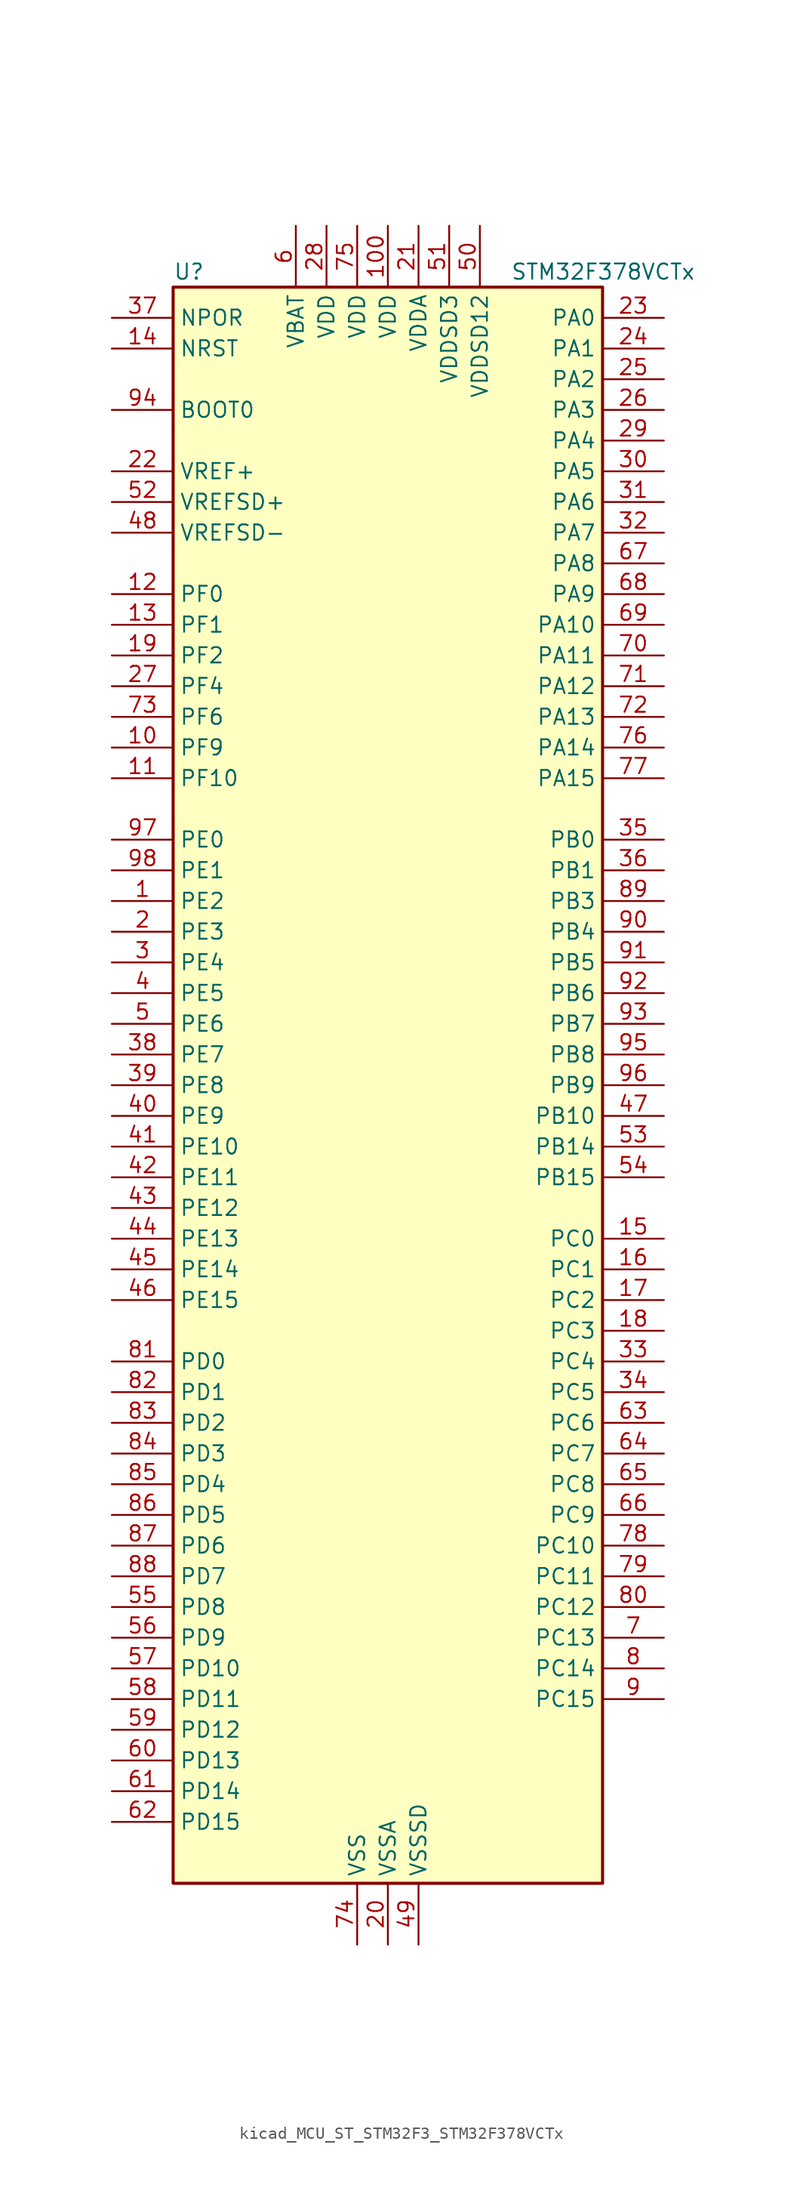
<source format=kicad_sym>
(kicad_symbol_lib
  (version 20220914)
  (generator kicad_symbol_editor)
  (symbol "kicad_MCU_ST_STM32F3_STM32F378VCTx"
    (property "Reference" "U"
      (at -17.78 67.31 0)
      (effects (font (size 1.27 1.27)) (justify left)))
    (property "Value" "STM32F378VCTx"
      (at 10.16 67.31 0)
      (effects (font (size 1.27 1.27)) (justify left)))
    (property "ki_locked" ""
      (at 0 0 0)
      (effects (font (size 1.27 1.27))))
    (symbol "kicad_MCU_ST_STM32F3_STM32F378VCTx_0_1"
      (rectangle (start -17.78 -66.04) (end 17.78 66.04) (stroke (width 0.254) (type default)) (fill (type background))))
    (symbol "kicad_MCU_ST_STM32F3_STM32F378VCTx_1_1"
      (pin bidirectional line (at -22.86 15.24 0) (length 5.08) (name "PE2" (effects (font (size 1.27 1.27)))) (number "1" (effects (font (size 1.27 1.27)))) (alternate "SYS_TRACECK" bidirectional line) (alternate "TSC_G7_IO1" bidirectional line))
      (pin bidirectional line (at -22.86 27.94 0) (length 5.08) (name "PF9" (effects (font (size 1.27 1.27)))) (number "10" (effects (font (size 1.27 1.27)))) (alternate "DAC1_EXTI9" bidirectional line) (alternate "DAC2_EXTI9" bidirectional line) (alternate "TIM14_CH1" bidirectional line))
      (pin power_in line (at 0 71.12 270) (length 5.08) (name "VDD" (effects (font (size 1.27 1.27)))) (number "100" (effects (font (size 1.27 1.27)))))
      (pin bidirectional line (at -22.86 25.4 0) (length 5.08) (name "PF10" (effects (font (size 1.27 1.27)))) (number "11" (effects (font (size 1.27 1.27)))))
      (pin bidirectional line (at -22.86 40.64 0) (length 5.08) (name "PF0" (effects (font (size 1.27 1.27)))) (number "12" (effects (font (size 1.27 1.27)))) (alternate "I2C2_SDA" bidirectional line) (alternate "RCC_OSC_IN" bidirectional line))
      (pin bidirectional line (at -22.86 38.1 0) (length 5.08) (name "PF1" (effects (font (size 1.27 1.27)))) (number "13" (effects (font (size 1.27 1.27)))) (alternate "I2C2_SCL" bidirectional line) (alternate "RCC_OSC_OUT" bidirectional line))
      (pin input line (at -22.86 60.96 0) (length 5.08) (name "NRST" (effects (font (size 1.27 1.27)))) (number "14" (effects (font (size 1.27 1.27)))))
      (pin bidirectional line (at 22.86 -12.7 180) (length 5.08) (name "PC0" (effects (font (size 1.27 1.27)))) (number "15" (effects (font (size 1.27 1.27)))) (alternate "ADC1_IN10" bidirectional line) (alternate "TIM5_CH1" bidirectional line) (alternate "TIM5_ETR" bidirectional line))
      (pin bidirectional line (at 22.86 -15.24 180) (length 5.08) (name "PC1" (effects (font (size 1.27 1.27)))) (number "16" (effects (font (size 1.27 1.27)))) (alternate "ADC1_IN11" bidirectional line) (alternate "TIM5_CH2" bidirectional line))
      (pin bidirectional line (at 22.86 -17.78 180) (length 5.08) (name "PC2" (effects (font (size 1.27 1.27)))) (number "17" (effects (font (size 1.27 1.27)))) (alternate "ADC1_IN12" bidirectional line) (alternate "I2S2_MCK" bidirectional line) (alternate "SPI2_MISO" bidirectional line) (alternate "TIM5_CH3" bidirectional line))
      (pin bidirectional line (at 22.86 -20.32 180) (length 5.08) (name "PC3" (effects (font (size 1.27 1.27)))) (number "18" (effects (font (size 1.27 1.27)))) (alternate "ADC1_IN13" bidirectional line) (alternate "I2S2_SD" bidirectional line) (alternate "SPI2_MOSI" bidirectional line) (alternate "TIM5_CH4" bidirectional line))
      (pin bidirectional line (at -22.86 35.56 0) (length 5.08) (name "PF2" (effects (font (size 1.27 1.27)))) (number "19" (effects (font (size 1.27 1.27)))) (alternate "I2C2_SMBA" bidirectional line))
      (pin bidirectional line (at -22.86 12.7 0) (length 5.08) (name "PE3" (effects (font (size 1.27 1.27)))) (number "2" (effects (font (size 1.27 1.27)))) (alternate "SYS_TRACED0" bidirectional line) (alternate "TSC_G7_IO2" bidirectional line))
      (pin power_in line (at 0 -71.12 90) (length 5.08) (name "VSSA" (effects (font (size 1.27 1.27)))) (number "20" (effects (font (size 1.27 1.27)))))
      (pin power_in line (at 2.54 71.12 270) (length 5.08) (name "VDDA" (effects (font (size 1.27 1.27)))) (number "21" (effects (font (size 1.27 1.27)))))
      (pin input line (at -22.86 50.8 0) (length 5.08) (name "VREF+" (effects (font (size 1.27 1.27)))) (number "22" (effects (font (size 1.27 1.27)))))
      (pin bidirectional line (at 22.86 63.5 180) (length 5.08) (name "PA0" (effects (font (size 1.27 1.27)))) (number "23" (effects (font (size 1.27 1.27)))) (alternate "ADC1_IN0" bidirectional line) (alternate "COMP1_INM" bidirectional line) (alternate "COMP1_OUT" bidirectional line) (alternate "RTC_TAMP2" bidirectional line) (alternate "SYS_WKUP1" bidirectional line) (alternate "TIM19_CH1" bidirectional line) (alternate "TIM2_CH1" bidirectional line) (alternate "TIM2_ETR" bidirectional line) (alternate "TIM5_CH1" bidirectional line) (alternate "TIM5_ETR" bidirectional line) (alternate "TSC_G1_IO1" bidirectional line) (alternate "USART2_CTS" bidirectional line))
      (pin bidirectional line (at 22.86 60.96 180) (length 5.08) (name "PA1" (effects (font (size 1.27 1.27)))) (number "24" (effects (font (size 1.27 1.27)))) (alternate "ADC1_IN1" bidirectional line) (alternate "COMP1_INP" bidirectional line) (alternate "I2S3_CK" bidirectional line) (alternate "RTC_REFIN" bidirectional line) (alternate "SPI3_SCK" bidirectional line) (alternate "TIM15_CH1N" bidirectional line) (alternate "TIM19_CH2" bidirectional line) (alternate "TIM2_CH2" bidirectional line) (alternate "TIM5_CH2" bidirectional line) (alternate "TSC_G1_IO2" bidirectional line) (alternate "USART2_DE" bidirectional line) (alternate "USART2_RTS" bidirectional line))
      (pin bidirectional line (at 22.86 58.42 180) (length 5.08) (name "PA2" (effects (font (size 1.27 1.27)))) (number "25" (effects (font (size 1.27 1.27)))) (alternate "ADC1_IN2" bidirectional line) (alternate "COMP2_INM" bidirectional line) (alternate "COMP2_OUT" bidirectional line) (alternate "I2S3_MCK" bidirectional line) (alternate "SPI3_MISO" bidirectional line) (alternate "TIM15_CH1" bidirectional line) (alternate "TIM19_CH3" bidirectional line) (alternate "TIM2_CH3" bidirectional line) (alternate "TIM5_CH3" bidirectional line) (alternate "TSC_G1_IO3" bidirectional line) (alternate "USART2_TX" bidirectional line))
      (pin bidirectional line (at 22.86 55.88 180) (length 5.08) (name "PA3" (effects (font (size 1.27 1.27)))) (number "26" (effects (font (size 1.27 1.27)))) (alternate "ADC1_IN3" bidirectional line) (alternate "COMP2_INP" bidirectional line) (alternate "I2S3_SD" bidirectional line) (alternate "SPI3_MOSI" bidirectional line) (alternate "TIM15_CH2" bidirectional line) (alternate "TIM19_CH4" bidirectional line) (alternate "TIM2_CH4" bidirectional line) (alternate "TIM5_CH4" bidirectional line) (alternate "TSC_G1_IO4" bidirectional line) (alternate "USART2_RX" bidirectional line))
      (pin bidirectional line (at -22.86 33.02 0) (length 5.08) (name "PF4" (effects (font (size 1.27 1.27)))) (number "27" (effects (font (size 1.27 1.27)))))
      (pin power_in line (at -5.08 71.12 270) (length 5.08) (name "VDD" (effects (font (size 1.27 1.27)))) (number "28" (effects (font (size 1.27 1.27)))))
      (pin bidirectional line (at 22.86 53.34 180) (length 5.08) (name "PA4" (effects (font (size 1.27 1.27)))) (number "29" (effects (font (size 1.27 1.27)))) (alternate "ADC1_IN4" bidirectional line) (alternate "DAC1_OUT1" bidirectional line) (alternate "I2S1_WS" bidirectional line) (alternate "I2S3_WS" bidirectional line) (alternate "SPI1_NSS" bidirectional line) (alternate "SPI3_NSS" bidirectional line) (alternate "TIM12_CH1" bidirectional line) (alternate "TIM3_CH2" bidirectional line) (alternate "TSC_G2_IO1" bidirectional line) (alternate "USART2_CK" bidirectional line))
      (pin bidirectional line (at -22.86 10.16 0) (length 5.08) (name "PE4" (effects (font (size 1.27 1.27)))) (number "3" (effects (font (size 1.27 1.27)))) (alternate "SYS_TRACED1" bidirectional line) (alternate "TSC_G7_IO3" bidirectional line))
      (pin bidirectional line (at 22.86 50.8 180) (length 5.08) (name "PA5" (effects (font (size 1.27 1.27)))) (number "30" (effects (font (size 1.27 1.27)))) (alternate "ADC1_IN5" bidirectional line) (alternate "CEC" bidirectional line) (alternate "DAC1_OUT2" bidirectional line) (alternate "I2S1_CK" bidirectional line) (alternate "SPI1_SCK" bidirectional line) (alternate "TIM12_CH2" bidirectional line) (alternate "TIM14_CH1" bidirectional line) (alternate "TIM2_CH1" bidirectional line) (alternate "TIM2_ETR" bidirectional line) (alternate "TSC_G2_IO2" bidirectional line))
      (pin bidirectional line (at 22.86 48.26 180) (length 5.08) (name "PA6" (effects (font (size 1.27 1.27)))) (number "31" (effects (font (size 1.27 1.27)))) (alternate "ADC1_IN6" bidirectional line) (alternate "COMP1_OUT" bidirectional line) (alternate "DAC2_OUT1" bidirectional line) (alternate "I2S1_MCK" bidirectional line) (alternate "SPI1_MISO" bidirectional line) (alternate "TIM13_CH1" bidirectional line) (alternate "TIM16_CH1" bidirectional line) (alternate "TIM3_CH1" bidirectional line) (alternate "TSC_G2_IO3" bidirectional line))
      (pin bidirectional line (at 22.86 45.72 180) (length 5.08) (name "PA7" (effects (font (size 1.27 1.27)))) (number "32" (effects (font (size 1.27 1.27)))) (alternate "ADC1_IN7" bidirectional line) (alternate "COMP2_OUT" bidirectional line) (alternate "I2S1_SD" bidirectional line) (alternate "SPI1_MOSI" bidirectional line) (alternate "TIM14_CH1" bidirectional line) (alternate "TIM17_CH1" bidirectional line) (alternate "TIM3_CH2" bidirectional line) (alternate "TSC_G2_IO4" bidirectional line))
      (pin bidirectional line (at 22.86 -22.86 180) (length 5.08) (name "PC4" (effects (font (size 1.27 1.27)))) (number "33" (effects (font (size 1.27 1.27)))) (alternate "ADC1_IN14" bidirectional line) (alternate "TIM13_CH1" bidirectional line) (alternate "TSC_G3_IO1" bidirectional line) (alternate "USART1_TX" bidirectional line))
      (pin bidirectional line (at 22.86 -25.4 180) (length 5.08) (name "PC5" (effects (font (size 1.27 1.27)))) (number "34" (effects (font (size 1.27 1.27)))) (alternate "ADC1_IN15" bidirectional line) (alternate "TSC_G3_IO2" bidirectional line) (alternate "USART1_RX" bidirectional line))
      (pin bidirectional line (at 22.86 20.32 180) (length 5.08) (name "PB0" (effects (font (size 1.27 1.27)))) (number "35" (effects (font (size 1.27 1.27)))) (alternate "ADC1_IN8" bidirectional line) (alternate "I2S1_SD" bidirectional line) (alternate "SDADC1_AIN6P" bidirectional line) (alternate "SPI1_MOSI" bidirectional line) (alternate "TIM3_CH2" bidirectional line) (alternate "TIM3_CH3" bidirectional line) (alternate "TSC_G3_IO3" bidirectional line))
      (pin bidirectional line (at 22.86 17.78 180) (length 5.08) (name "PB1" (effects (font (size 1.27 1.27)))) (number "36" (effects (font (size 1.27 1.27)))) (alternate "ADC1_IN9" bidirectional line) (alternate "SDADC1_AIN5P" bidirectional line) (alternate "SDADC1_AIN6M" bidirectional line) (alternate "TIM3_CH4" bidirectional line) (alternate "TSC_G3_IO4" bidirectional line))
      (pin input line (at -22.86 63.5 0) (length 5.08) (name "NPOR" (effects (font (size 1.27 1.27)))) (number "37" (effects (font (size 1.27 1.27)))))
      (pin bidirectional line (at -22.86 2.54 0) (length 5.08) (name "PE7" (effects (font (size 1.27 1.27)))) (number "38" (effects (font (size 1.27 1.27)))) (alternate "SDADC1_AIN3P" bidirectional line) (alternate "SDADC1_AIN4M" bidirectional line) (alternate "SDADC2_AIN5P" bidirectional line) (alternate "SDADC2_AIN6M" bidirectional line))
      (pin bidirectional line (at -22.86 0 0) (length 5.08) (name "PE8" (effects (font (size 1.27 1.27)))) (number "39" (effects (font (size 1.27 1.27)))) (alternate "SDADC1_AIN8P" bidirectional line) (alternate "SDADC2_AIN8P" bidirectional line))
      (pin bidirectional line (at -22.86 7.62 0) (length 5.08) (name "PE5" (effects (font (size 1.27 1.27)))) (number "4" (effects (font (size 1.27 1.27)))) (alternate "SYS_TRACED2" bidirectional line) (alternate "TSC_G7_IO4" bidirectional line))
      (pin bidirectional line (at -22.86 -2.54 0) (length 5.08) (name "PE9" (effects (font (size 1.27 1.27)))) (number "40" (effects (font (size 1.27 1.27)))) (alternate "DAC1_EXTI9" bidirectional line) (alternate "DAC2_EXTI9" bidirectional line) (alternate "SDADC1_AIN7P" bidirectional line) (alternate "SDADC1_AIN8M" bidirectional line) (alternate "SDADC2_AIN7P" bidirectional line) (alternate "SDADC2_AIN8M" bidirectional line))
      (pin bidirectional line (at -22.86 -5.08 0) (length 5.08) (name "PE10" (effects (font (size 1.27 1.27)))) (number "41" (effects (font (size 1.27 1.27)))) (alternate "SDADC1_AIN2P" bidirectional line))
      (pin bidirectional line (at -22.86 -7.62 0) (length 5.08) (name "PE11" (effects (font (size 1.27 1.27)))) (number "42" (effects (font (size 1.27 1.27)))) (alternate "ADC1_EXTI11" bidirectional line) (alternate "SDADC1_AIN1P" bidirectional line) (alternate "SDADC1_AIN2M" bidirectional line) (alternate "SDADC1_EXTI11" bidirectional line) (alternate "SDADC2_AIN4P" bidirectional line) (alternate "SDADC2_EXTI11" bidirectional line) (alternate "SDADC3_EXTI11" bidirectional line))
      (pin bidirectional line (at -22.86 -10.16 0) (length 5.08) (name "PE12" (effects (font (size 1.27 1.27)))) (number "43" (effects (font (size 1.27 1.27)))) (alternate "SDADC1_AIN0P" bidirectional line) (alternate "SDADC2_AIN3P" bidirectional line) (alternate "SDADC2_AIN4M" bidirectional line))
      (pin bidirectional line (at -22.86 -12.7 0) (length 5.08) (name "PE13" (effects (font (size 1.27 1.27)))) (number "44" (effects (font (size 1.27 1.27)))) (alternate "SDADC1_AIN0M" bidirectional line) (alternate "SDADC2_AIN2P" bidirectional line))
      (pin bidirectional line (at -22.86 -15.24 0) (length 5.08) (name "PE14" (effects (font (size 1.27 1.27)))) (number "45" (effects (font (size 1.27 1.27)))) (alternate "SDADC2_AIN1P" bidirectional line) (alternate "SDADC2_AIN2M" bidirectional line))
      (pin bidirectional line (at -22.86 -17.78 0) (length 5.08) (name "PE15" (effects (font (size 1.27 1.27)))) (number "46" (effects (font (size 1.27 1.27)))) (alternate "ADC1_EXTI15" bidirectional line) (alternate "SDADC1_EXTI15" bidirectional line) (alternate "SDADC2_AIN0P" bidirectional line) (alternate "SDADC2_EXTI15" bidirectional line) (alternate "SDADC3_EXTI15" bidirectional line) (alternate "USART3_RX" bidirectional line))
      (pin bidirectional line (at 22.86 -2.54 180) (length 5.08) (name "PB10" (effects (font (size 1.27 1.27)))) (number "47" (effects (font (size 1.27 1.27)))) (alternate "CEC" bidirectional line) (alternate "I2S2_CK" bidirectional line) (alternate "SDADC2_AIN0M" bidirectional line) (alternate "SPI2_SCK" bidirectional line) (alternate "TIM2_CH3" bidirectional line) (alternate "TSC_SYNC" bidirectional line) (alternate "USART3_TX" bidirectional line))
      (pin input line (at -22.86 45.72 0) (length 5.08) (name "VREFSD-" (effects (font (size 1.27 1.27)))) (number "48" (effects (font (size 1.27 1.27)))))
      (pin power_in line (at 2.54 -71.12 90) (length 5.08) (name "VSSSD" (effects (font (size 1.27 1.27)))) (number "49" (effects (font (size 1.27 1.27)))))
      (pin bidirectional line (at -22.86 5.08 0) (length 5.08) (name "PE6" (effects (font (size 1.27 1.27)))) (number "5" (effects (font (size 1.27 1.27)))) (alternate "RTC_TAMP3" bidirectional line) (alternate "SYS_TRACED3" bidirectional line) (alternate "SYS_WKUP3" bidirectional line))
      (pin power_in line (at 7.62 71.12 270) (length 5.08) (name "VDDSD12" (effects (font (size 1.27 1.27)))) (number "50" (effects (font (size 1.27 1.27)))))
      (pin power_in line (at 5.08 71.12 270) (length 5.08) (name "VDDSD3" (effects (font (size 1.27 1.27)))) (number "51" (effects (font (size 1.27 1.27)))))
      (pin input line (at -22.86 48.26 0) (length 5.08) (name "VREFSD+" (effects (font (size 1.27 1.27)))) (number "52" (effects (font (size 1.27 1.27)))))
      (pin bidirectional line (at 22.86 -5.08 180) (length 5.08) (name "PB14" (effects (font (size 1.27 1.27)))) (number "53" (effects (font (size 1.27 1.27)))) (alternate "I2S2_MCK" bidirectional line) (alternate "SDADC3_AIN8P" bidirectional line) (alternate "SPI2_MISO" bidirectional line) (alternate "TIM12_CH1" bidirectional line) (alternate "TIM15_CH1" bidirectional line) (alternate "TSC_G6_IO1" bidirectional line) (alternate "USART3_DE" bidirectional line) (alternate "USART3_RTS" bidirectional line))
      (pin bidirectional line (at 22.86 -7.62 180) (length 5.08) (name "PB15" (effects (font (size 1.27 1.27)))) (number "54" (effects (font (size 1.27 1.27)))) (alternate "ADC1_EXTI15" bidirectional line) (alternate "I2S2_SD" bidirectional line) (alternate "RTC_REFIN" bidirectional line) (alternate "SDADC1_EXTI15" bidirectional line) (alternate "SDADC2_EXTI15" bidirectional line) (alternate "SDADC3_AIN7P" bidirectional line) (alternate "SDADC3_AIN8M" bidirectional line) (alternate "SDADC3_EXTI15" bidirectional line) (alternate "SPI2_MOSI" bidirectional line) (alternate "TIM12_CH2" bidirectional line) (alternate "TIM15_CH1N" bidirectional line) (alternate "TIM15_CH2" bidirectional line) (alternate "TSC_G6_IO2" bidirectional line))
      (pin bidirectional line (at -22.86 -43.18 0) (length 5.08) (name "PD8" (effects (font (size 1.27 1.27)))) (number "55" (effects (font (size 1.27 1.27)))) (alternate "I2S2_CK" bidirectional line) (alternate "SDADC3_AIN6P" bidirectional line) (alternate "SPI2_SCK" bidirectional line) (alternate "TSC_G6_IO3" bidirectional line) (alternate "USART3_TX" bidirectional line))
      (pin bidirectional line (at -22.86 -45.72 0) (length 5.08) (name "PD9" (effects (font (size 1.27 1.27)))) (number "56" (effects (font (size 1.27 1.27)))) (alternate "DAC1_EXTI9" bidirectional line) (alternate "DAC2_EXTI9" bidirectional line) (alternate "SDADC3_AIN5P" bidirectional line) (alternate "SDADC3_AIN6M" bidirectional line) (alternate "TSC_G6_IO4" bidirectional line) (alternate "USART3_RX" bidirectional line))
      (pin bidirectional line (at -22.86 -48.26 0) (length 5.08) (name "PD10" (effects (font (size 1.27 1.27)))) (number "57" (effects (font (size 1.27 1.27)))) (alternate "SDADC3_AIN4P" bidirectional line) (alternate "USART3_CK" bidirectional line))
      (pin bidirectional line (at -22.86 -50.8 0) (length 5.08) (name "PD11" (effects (font (size 1.27 1.27)))) (number "58" (effects (font (size 1.27 1.27)))) (alternate "ADC1_EXTI11" bidirectional line) (alternate "SDADC1_EXTI11" bidirectional line) (alternate "SDADC2_EXTI11" bidirectional line) (alternate "SDADC3_AIN3P" bidirectional line) (alternate "SDADC3_AIN4M" bidirectional line) (alternate "SDADC3_EXTI11" bidirectional line) (alternate "USART3_CTS" bidirectional line))
      (pin bidirectional line (at -22.86 -53.34 0) (length 5.08) (name "PD12" (effects (font (size 1.27 1.27)))) (number "59" (effects (font (size 1.27 1.27)))) (alternate "SDADC3_AIN2P" bidirectional line) (alternate "TIM4_CH1" bidirectional line) (alternate "TSC_G8_IO1" bidirectional line) (alternate "USART3_DE" bidirectional line) (alternate "USART3_RTS" bidirectional line))
      (pin power_in line (at -7.62 71.12 270) (length 5.08) (name "VBAT" (effects (font (size 1.27 1.27)))) (number "6" (effects (font (size 1.27 1.27)))))
      (pin bidirectional line (at -22.86 -55.88 0) (length 5.08) (name "PD13" (effects (font (size 1.27 1.27)))) (number "60" (effects (font (size 1.27 1.27)))) (alternate "SDADC3_AIN1P" bidirectional line) (alternate "SDADC3_AIN2M" bidirectional line) (alternate "TIM4_CH2" bidirectional line) (alternate "TSC_G8_IO2" bidirectional line))
      (pin bidirectional line (at -22.86 -58.42 0) (length 5.08) (name "PD14" (effects (font (size 1.27 1.27)))) (number "61" (effects (font (size 1.27 1.27)))) (alternate "SDADC3_AIN0P" bidirectional line) (alternate "TIM4_CH3" bidirectional line) (alternate "TSC_G8_IO3" bidirectional line))
      (pin bidirectional line (at -22.86 -60.96 0) (length 5.08) (name "PD15" (effects (font (size 1.27 1.27)))) (number "62" (effects (font (size 1.27 1.27)))) (alternate "ADC1_EXTI15" bidirectional line) (alternate "SDADC1_EXTI15" bidirectional line) (alternate "SDADC2_EXTI15" bidirectional line) (alternate "SDADC3_AIN0M" bidirectional line) (alternate "SDADC3_EXTI15" bidirectional line) (alternate "TIM4_CH4" bidirectional line) (alternate "TSC_G8_IO4" bidirectional line))
      (pin bidirectional line (at 22.86 -27.94 180) (length 5.08) (name "PC6" (effects (font (size 1.27 1.27)))) (number "63" (effects (font (size 1.27 1.27)))) (alternate "I2S1_WS" bidirectional line) (alternate "SPI1_NSS" bidirectional line) (alternate "TIM3_CH1" bidirectional line))
      (pin bidirectional line (at 22.86 -30.48 180) (length 5.08) (name "PC7" (effects (font (size 1.27 1.27)))) (number "64" (effects (font (size 1.27 1.27)))) (alternate "I2S1_CK" bidirectional line) (alternate "SPI1_SCK" bidirectional line) (alternate "TIM3_CH2" bidirectional line))
      (pin bidirectional line (at 22.86 -33.02 180) (length 5.08) (name "PC8" (effects (font (size 1.27 1.27)))) (number "65" (effects (font (size 1.27 1.27)))) (alternate "I2S1_MCK" bidirectional line) (alternate "SPI1_MISO" bidirectional line) (alternate "TIM3_CH3" bidirectional line))
      (pin bidirectional line (at 22.86 -35.56 180) (length 5.08) (name "PC9" (effects (font (size 1.27 1.27)))) (number "66" (effects (font (size 1.27 1.27)))) (alternate "DAC1_EXTI9" bidirectional line) (alternate "DAC2_EXTI9" bidirectional line) (alternate "I2S1_SD" bidirectional line) (alternate "SPI1_MOSI" bidirectional line) (alternate "TIM3_CH4" bidirectional line))
      (pin bidirectional line (at 22.86 43.18 180) (length 5.08) (name "PA8" (effects (font (size 1.27 1.27)))) (number "67" (effects (font (size 1.27 1.27)))) (alternate "I2C2_SMBA" bidirectional line) (alternate "I2S2_CK" bidirectional line) (alternate "RCC_MCO" bidirectional line) (alternate "SPI2_SCK" bidirectional line) (alternate "TIM4_ETR" bidirectional line) (alternate "TIM5_CH1" bidirectional line) (alternate "TIM5_ETR" bidirectional line) (alternate "USART1_CK" bidirectional line))
      (pin bidirectional line (at 22.86 40.64 180) (length 5.08) (name "PA9" (effects (font (size 1.27 1.27)))) (number "68" (effects (font (size 1.27 1.27)))) (alternate "DAC1_EXTI9" bidirectional line) (alternate "DAC2_EXTI9" bidirectional line) (alternate "I2C2_SCL" bidirectional line) (alternate "I2S2_MCK" bidirectional line) (alternate "SPI2_MISO" bidirectional line) (alternate "TIM13_CH1" bidirectional line) (alternate "TIM15_BKIN" bidirectional line) (alternate "TIM2_CH3" bidirectional line) (alternate "TSC_G4_IO1" bidirectional line) (alternate "USART1_TX" bidirectional line))
      (pin bidirectional line (at 22.86 38.1 180) (length 5.08) (name "PA10" (effects (font (size 1.27 1.27)))) (number "69" (effects (font (size 1.27 1.27)))) (alternate "I2C2_SDA" bidirectional line) (alternate "I2S2_SD" bidirectional line) (alternate "SPI2_MOSI" bidirectional line) (alternate "TIM14_CH1" bidirectional line) (alternate "TIM17_BKIN" bidirectional line) (alternate "TIM2_CH4" bidirectional line) (alternate "TSC_G4_IO2" bidirectional line) (alternate "USART1_RX" bidirectional line))
      (pin bidirectional line (at 22.86 -45.72 180) (length 5.08) (name "PC13" (effects (font (size 1.27 1.27)))) (number "7" (effects (font (size 1.27 1.27)))) (alternate "RTC_OUT_ALARM" bidirectional line) (alternate "RTC_OUT_CALIB" bidirectional line) (alternate "RTC_TAMP1" bidirectional line) (alternate "RTC_TS" bidirectional line) (alternate "SYS_WKUP2" bidirectional line))
      (pin bidirectional line (at 22.86 35.56 180) (length 5.08) (name "PA11" (effects (font (size 1.27 1.27)))) (number "70" (effects (font (size 1.27 1.27)))) (alternate "ADC1_EXTI11" bidirectional line) (alternate "CAN_RX" bidirectional line) (alternate "COMP1_OUT" bidirectional line) (alternate "I2S1_WS" bidirectional line) (alternate "I2S2_WS" bidirectional line) (alternate "SDADC1_EXTI11" bidirectional line) (alternate "SDADC2_EXTI11" bidirectional line) (alternate "SDADC3_EXTI11" bidirectional line) (alternate "SPI1_NSS" bidirectional line) (alternate "SPI2_NSS" bidirectional line) (alternate "TIM4_CH1" bidirectional line) (alternate "TIM5_CH2" bidirectional line) (alternate "USART1_CTS" bidirectional line))
      (pin bidirectional line (at 22.86 33.02 180) (length 5.08) (name "PA12" (effects (font (size 1.27 1.27)))) (number "71" (effects (font (size 1.27 1.27)))) (alternate "CAN_TX" bidirectional line) (alternate "COMP2_OUT" bidirectional line) (alternate "I2S1_CK" bidirectional line) (alternate "SPI1_SCK" bidirectional line) (alternate "TIM16_CH1" bidirectional line) (alternate "TIM4_CH2" bidirectional line) (alternate "TIM5_CH3" bidirectional line) (alternate "USART1_DE" bidirectional line) (alternate "USART1_RTS" bidirectional line))
      (pin bidirectional line (at 22.86 30.48 180) (length 5.08) (name "PA13" (effects (font (size 1.27 1.27)))) (number "72" (effects (font (size 1.27 1.27)))) (alternate "I2S1_MCK" bidirectional line) (alternate "IR_OUT" bidirectional line) (alternate "SPI1_MISO" bidirectional line) (alternate "SYS_JTMS-SWDIO" bidirectional line) (alternate "TIM16_CH1N" bidirectional line) (alternate "TIM4_CH3" bidirectional line) (alternate "TIM5_CH4" bidirectional line) (alternate "TSC_G4_IO3" bidirectional line) (alternate "USART3_CTS" bidirectional line))
      (pin bidirectional line (at -22.86 30.48 0) (length 5.08) (name "PF6" (effects (font (size 1.27 1.27)))) (number "73" (effects (font (size 1.27 1.27)))) (alternate "I2C2_SCL" bidirectional line) (alternate "I2S1_SD" bidirectional line) (alternate "SPI1_MOSI" bidirectional line) (alternate "TIM4_CH4" bidirectional line) (alternate "USART3_DE" bidirectional line) (alternate "USART3_RTS" bidirectional line))
      (pin power_in line (at -2.54 -71.12 90) (length 5.08) (name "VSS" (effects (font (size 1.27 1.27)))) (number "74" (effects (font (size 1.27 1.27)))))
      (pin power_in line (at -2.54 71.12 270) (length 5.08) (name "VDD" (effects (font (size 1.27 1.27)))) (number "75" (effects (font (size 1.27 1.27)))))
      (pin bidirectional line (at 22.86 27.94 180) (length 5.08) (name "PA14" (effects (font (size 1.27 1.27)))) (number "76" (effects (font (size 1.27 1.27)))) (alternate "I2C1_SDA" bidirectional line) (alternate "SYS_JTCK-SWCLK" bidirectional line) (alternate "TIM12_CH1" bidirectional line) (alternate "TSC_G4_IO4" bidirectional line))
      (pin bidirectional line (at 22.86 25.4 180) (length 5.08) (name "PA15" (effects (font (size 1.27 1.27)))) (number "77" (effects (font (size 1.27 1.27)))) (alternate "ADC1_EXTI15" bidirectional line) (alternate "I2C1_SCL" bidirectional line) (alternate "I2S1_WS" bidirectional line) (alternate "I2S3_WS" bidirectional line) (alternate "SDADC1_EXTI15" bidirectional line) (alternate "SDADC2_EXTI15" bidirectional line) (alternate "SDADC3_EXTI15" bidirectional line) (alternate "SPI1_NSS" bidirectional line) (alternate "SPI3_NSS" bidirectional line) (alternate "SYS_JTDI" bidirectional line) (alternate "TIM12_CH2" bidirectional line) (alternate "TIM2_CH1" bidirectional line) (alternate "TIM2_ETR" bidirectional line) (alternate "TSC_SYNC" bidirectional line))
      (pin bidirectional line (at 22.86 -38.1 180) (length 5.08) (name "PC10" (effects (font (size 1.27 1.27)))) (number "78" (effects (font (size 1.27 1.27)))) (alternate "I2S3_CK" bidirectional line) (alternate "SPI3_SCK" bidirectional line) (alternate "TIM19_CH1" bidirectional line) (alternate "USART3_TX" bidirectional line))
      (pin bidirectional line (at 22.86 -40.64 180) (length 5.08) (name "PC11" (effects (font (size 1.27 1.27)))) (number "79" (effects (font (size 1.27 1.27)))) (alternate "ADC1_EXTI11" bidirectional line) (alternate "I2S3_MCK" bidirectional line) (alternate "SDADC1_EXTI11" bidirectional line) (alternate "SDADC2_EXTI11" bidirectional line) (alternate "SDADC3_EXTI11" bidirectional line) (alternate "SPI3_MISO" bidirectional line) (alternate "TIM19_CH2" bidirectional line) (alternate "USART3_RX" bidirectional line))
      (pin bidirectional line (at 22.86 -48.26 180) (length 5.08) (name "PC14" (effects (font (size 1.27 1.27)))) (number "8" (effects (font (size 1.27 1.27)))) (alternate "RCC_OSC32_IN" bidirectional line))
      (pin bidirectional line (at 22.86 -43.18 180) (length 5.08) (name "PC12" (effects (font (size 1.27 1.27)))) (number "80" (effects (font (size 1.27 1.27)))) (alternate "I2S3_SD" bidirectional line) (alternate "SPI3_MOSI" bidirectional line) (alternate "TIM19_CH3" bidirectional line) (alternate "USART3_CK" bidirectional line))
      (pin bidirectional line (at -22.86 -22.86 0) (length 5.08) (name "PD0" (effects (font (size 1.27 1.27)))) (number "81" (effects (font (size 1.27 1.27)))) (alternate "CAN_RX" bidirectional line) (alternate "TIM19_CH4" bidirectional line))
      (pin bidirectional line (at -22.86 -25.4 0) (length 5.08) (name "PD1" (effects (font (size 1.27 1.27)))) (number "82" (effects (font (size 1.27 1.27)))) (alternate "CAN_TX" bidirectional line) (alternate "TIM19_ETR" bidirectional line))
      (pin bidirectional line (at -22.86 -27.94 0) (length 5.08) (name "PD2" (effects (font (size 1.27 1.27)))) (number "83" (effects (font (size 1.27 1.27)))) (alternate "TIM3_ETR" bidirectional line))
      (pin bidirectional line (at -22.86 -30.48 0) (length 5.08) (name "PD3" (effects (font (size 1.27 1.27)))) (number "84" (effects (font (size 1.27 1.27)))) (alternate "I2S2_MCK" bidirectional line) (alternate "SPI2_MISO" bidirectional line) (alternate "USART2_CTS" bidirectional line))
      (pin bidirectional line (at -22.86 -33.02 0) (length 5.08) (name "PD4" (effects (font (size 1.27 1.27)))) (number "85" (effects (font (size 1.27 1.27)))) (alternate "I2S2_SD" bidirectional line) (alternate "SPI2_MOSI" bidirectional line) (alternate "USART2_DE" bidirectional line) (alternate "USART2_RTS" bidirectional line))
      (pin bidirectional line (at -22.86 -35.56 0) (length 5.08) (name "PD5" (effects (font (size 1.27 1.27)))) (number "86" (effects (font (size 1.27 1.27)))) (alternate "USART2_TX" bidirectional line))
      (pin bidirectional line (at -22.86 -38.1 0) (length 5.08) (name "PD6" (effects (font (size 1.27 1.27)))) (number "87" (effects (font (size 1.27 1.27)))) (alternate "I2S2_WS" bidirectional line) (alternate "SPI2_NSS" bidirectional line) (alternate "USART2_RX" bidirectional line))
      (pin bidirectional line (at -22.86 -40.64 0) (length 5.08) (name "PD7" (effects (font (size 1.27 1.27)))) (number "88" (effects (font (size 1.27 1.27)))) (alternate "I2S2_CK" bidirectional line) (alternate "SPI2_SCK" bidirectional line) (alternate "USART2_CK" bidirectional line))
      (pin bidirectional line (at 22.86 15.24 180) (length 5.08) (name "PB3" (effects (font (size 1.27 1.27)))) (number "89" (effects (font (size 1.27 1.27)))) (alternate "I2S1_CK" bidirectional line) (alternate "I2S3_CK" bidirectional line) (alternate "SPI1_SCK" bidirectional line) (alternate "SPI3_SCK" bidirectional line) (alternate "SYS_JTDO-TRACESWO" bidirectional line) (alternate "TIM13_CH1" bidirectional line) (alternate "TIM2_CH2" bidirectional line) (alternate "TIM3_ETR" bidirectional line) (alternate "TIM4_ETR" bidirectional line) (alternate "TSC_G5_IO1" bidirectional line) (alternate "USART2_TX" bidirectional line))
      (pin bidirectional line (at 22.86 -50.8 180) (length 5.08) (name "PC15" (effects (font (size 1.27 1.27)))) (number "9" (effects (font (size 1.27 1.27)))) (alternate "ADC1_EXTI15" bidirectional line) (alternate "RCC_OSC32_OUT" bidirectional line) (alternate "SDADC1_EXTI15" bidirectional line) (alternate "SDADC2_EXTI15" bidirectional line) (alternate "SDADC3_EXTI15" bidirectional line))
      (pin bidirectional line (at 22.86 12.7 180) (length 5.08) (name "PB4" (effects (font (size 1.27 1.27)))) (number "90" (effects (font (size 1.27 1.27)))) (alternate "I2S1_MCK" bidirectional line) (alternate "I2S3_MCK" bidirectional line) (alternate "SPI1_MISO" bidirectional line) (alternate "SPI3_MISO" bidirectional line) (alternate "SYS_NJTRST" bidirectional line) (alternate "TIM15_CH1N" bidirectional line) (alternate "TIM16_CH1" bidirectional line) (alternate "TIM17_BKIN" bidirectional line) (alternate "TIM3_CH1" bidirectional line) (alternate "TSC_G5_IO2" bidirectional line) (alternate "USART2_RX" bidirectional line))
      (pin bidirectional line (at 22.86 10.16 180) (length 5.08) (name "PB5" (effects (font (size 1.27 1.27)))) (number "91" (effects (font (size 1.27 1.27)))) (alternate "I2C1_SMBA" bidirectional line) (alternate "I2S1_SD" bidirectional line) (alternate "I2S3_SD" bidirectional line) (alternate "SPI1_MOSI" bidirectional line) (alternate "SPI3_MOSI" bidirectional line) (alternate "TIM16_BKIN" bidirectional line) (alternate "TIM17_CH1" bidirectional line) (alternate "TIM19_ETR" bidirectional line) (alternate "TIM3_CH2" bidirectional line) (alternate "USART2_CK" bidirectional line))
      (pin bidirectional line (at 22.86 7.62 180) (length 5.08) (name "PB6" (effects (font (size 1.27 1.27)))) (number "92" (effects (font (size 1.27 1.27)))) (alternate "I2C1_SCL" bidirectional line) (alternate "TIM15_CH1" bidirectional line) (alternate "TIM16_CH1N" bidirectional line) (alternate "TIM19_CH1" bidirectional line) (alternate "TIM3_CH3" bidirectional line) (alternate "TIM4_CH1" bidirectional line) (alternate "TSC_G5_IO3" bidirectional line) (alternate "USART1_TX" bidirectional line))
      (pin bidirectional line (at 22.86 5.08 180) (length 5.08) (name "PB7" (effects (font (size 1.27 1.27)))) (number "93" (effects (font (size 1.27 1.27)))) (alternate "I2C1_SDA" bidirectional line) (alternate "TIM15_CH2" bidirectional line) (alternate "TIM17_CH1N" bidirectional line) (alternate "TIM19_CH2" bidirectional line) (alternate "TIM3_CH4" bidirectional line) (alternate "TIM4_CH2" bidirectional line) (alternate "TSC_G5_IO4" bidirectional line) (alternate "USART1_RX" bidirectional line))
      (pin input line (at -22.86 55.88 0) (length 5.08) (name "BOOT0" (effects (font (size 1.27 1.27)))) (number "94" (effects (font (size 1.27 1.27)))))
      (pin bidirectional line (at 22.86 2.54 180) (length 5.08) (name "PB8" (effects (font (size 1.27 1.27)))) (number "95" (effects (font (size 1.27 1.27)))) (alternate "CAN_RX" bidirectional line) (alternate "CEC" bidirectional line) (alternate "COMP1_OUT" bidirectional line) (alternate "I2C1_SCL" bidirectional line) (alternate "I2S2_CK" bidirectional line) (alternate "SPI2_SCK" bidirectional line) (alternate "TIM16_CH1" bidirectional line) (alternate "TIM19_CH3" bidirectional line) (alternate "TIM4_CH3" bidirectional line) (alternate "TSC_SYNC" bidirectional line) (alternate "USART3_TX" bidirectional line))
      (pin bidirectional line (at 22.86 0 180) (length 5.08) (name "PB9" (effects (font (size 1.27 1.27)))) (number "96" (effects (font (size 1.27 1.27)))) (alternate "CAN_TX" bidirectional line) (alternate "COMP2_OUT" bidirectional line) (alternate "DAC1_EXTI9" bidirectional line) (alternate "DAC2_EXTI9" bidirectional line) (alternate "I2C1_SDA" bidirectional line) (alternate "I2S2_WS" bidirectional line) (alternate "IR_OUT" bidirectional line) (alternate "SPI2_NSS" bidirectional line) (alternate "TIM17_CH1" bidirectional line) (alternate "TIM19_CH4" bidirectional line) (alternate "TIM4_CH4" bidirectional line) (alternate "USART3_RX" bidirectional line))
      (pin bidirectional line (at -22.86 20.32 0) (length 5.08) (name "PE0" (effects (font (size 1.27 1.27)))) (number "97" (effects (font (size 1.27 1.27)))) (alternate "TIM4_ETR" bidirectional line) (alternate "USART1_TX" bidirectional line))
      (pin bidirectional line (at -22.86 17.78 0) (length 5.08) (name "PE1" (effects (font (size 1.27 1.27)))) (number "98" (effects (font (size 1.27 1.27)))) (alternate "USART1_RX" bidirectional line))
      (pin passive line (at -2.54 -71.12 90) (length 5.08) hide (name "VSS" (effects (font (size 1.27 1.27)))) (number "99" (effects (font (size 1.27 1.27))))))))
</source>
